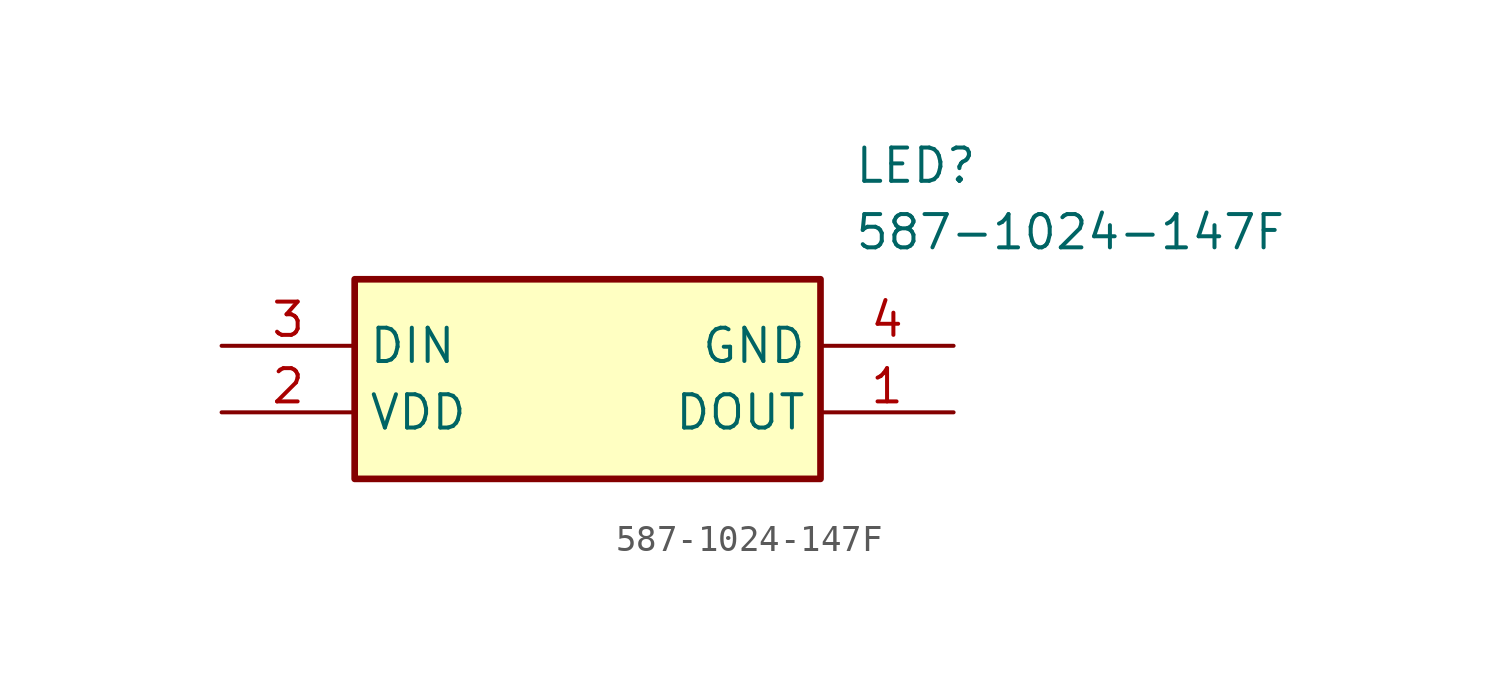
<source format=kicad_sym>
(kicad_symbol_lib
  (version 20211014)
  (generator SamacSys_ECAD_Model)
  (symbol "587-1024-147F"
    (property "Reference" "LED"
      (at 24.13 7.62 0)
      (effects (font (size 1.27 1.27)) (justify left top)))
    (property "Value" "587-1024-147F"
      (at 24.13 5.08 0)
      (effects (font (size 1.27 1.27)) (justify left top)))
    (rectangle
      (start 5.08 2.54)
      (end 22.86 -5.08)
      (stroke (width 0.254) (type default))
      (fill (type background)))
    (pin passive line
      (at 27.94 -2.54 180)
      (length 5.08)
      (name "DOUT" (effects (font (size 1.27 1.27))))
      (number "1" (effects (font (size 1.27 1.27)))))
    (pin passive line
      (at 0 -2.54 0)
      (length 5.08)
      (name "VDD" (effects (font (size 1.27 1.27))))
      (number "2" (effects (font (size 1.27 1.27)))))
    (pin passive line
      (at 0 0 0)
      (length 5.08)
      (name "DIN" (effects (font (size 1.27 1.27))))
      (number "3" (effects (font (size 1.27 1.27)))))
    (pin passive line
      (at 27.94 0 180)
      (length 5.08)
      (name "GND" (effects (font (size 1.27 1.27))))
      (number "4" (effects (font (size 1.27 1.27)))))))
</source>
